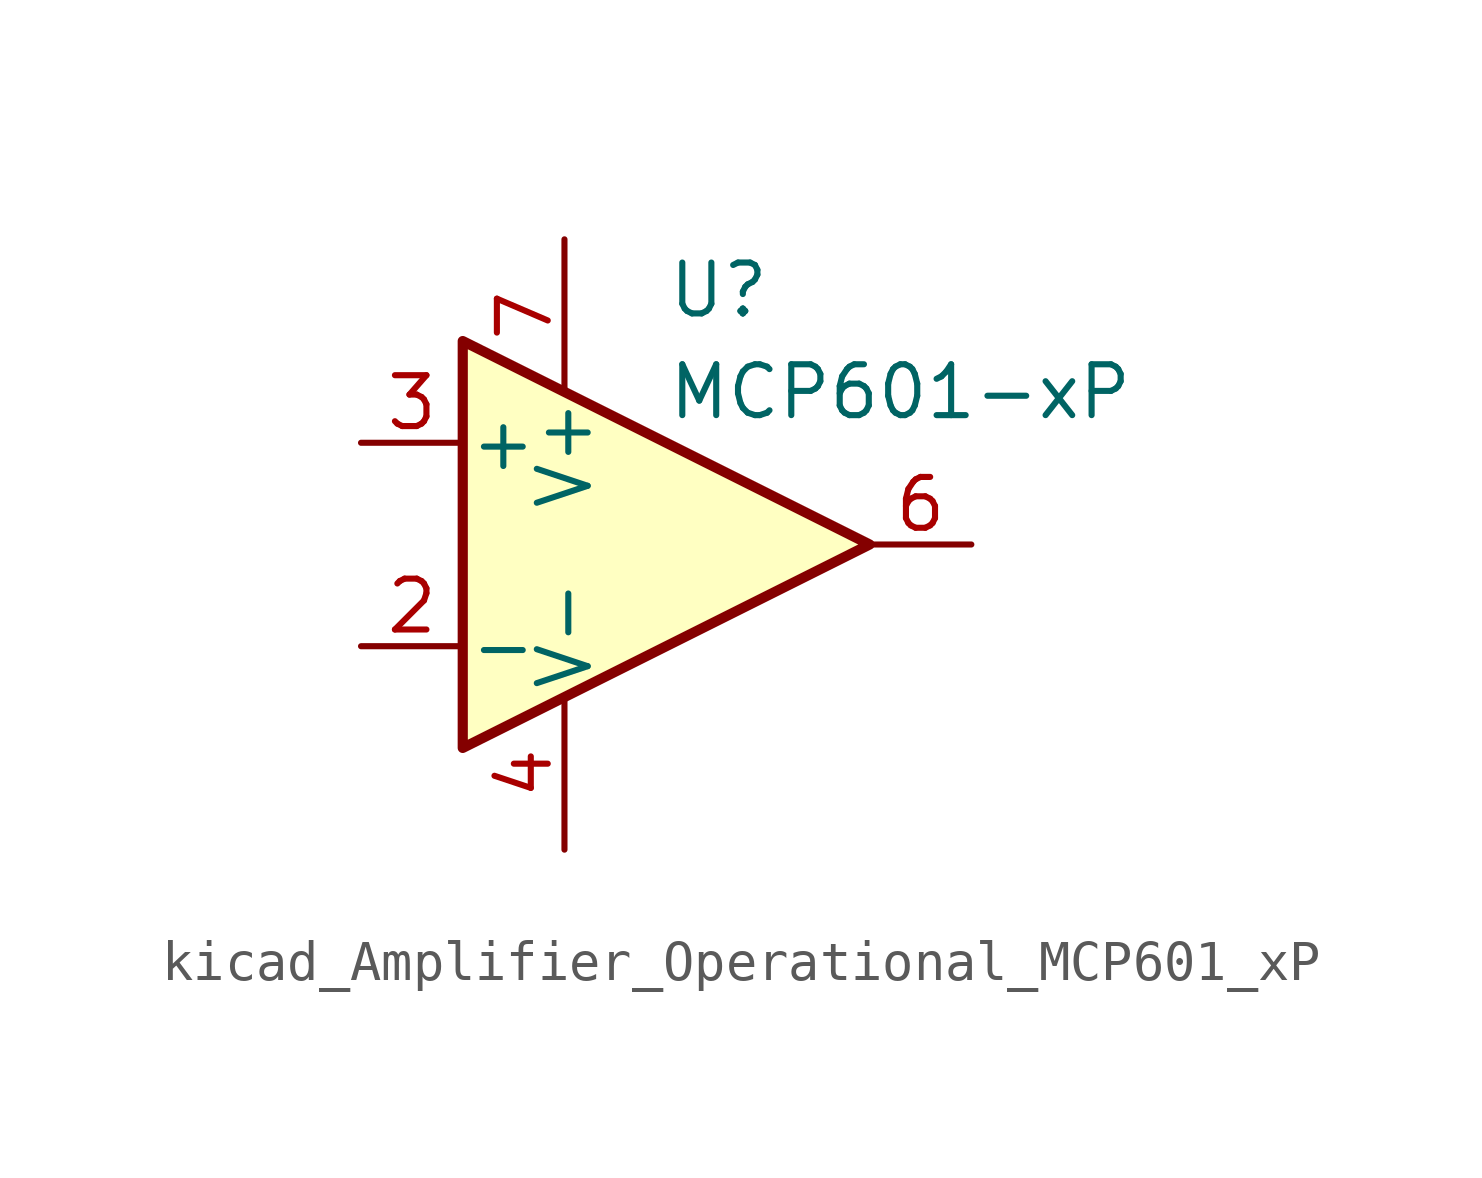
<source format=kicad_sym>
(kicad_symbol_lib
  (version 20220914)
  (generator kicad_symbol_editor)
  (symbol "kicad_Amplifier_Operational_MCP601_xP"
    (pin_names
      (offset 0.127))
    (property "Reference" "U"
      (at 0 6.35 0)
      (effects (font (size 1.27 1.27)) (justify left)))
    (property "Value" "MCP601-xP"
      (at 0 3.81 0)
      (effects (font (size 1.27 1.27)) (justify left)))
    (symbol "kicad_Amplifier_Operational_MCP601_xP_0_1"
      (polyline (pts (xy -5.08 5.08) (xy 5.08 0) (xy -5.08 -5.08) (xy -5.08 5.08)) (stroke (width 0.254) (type default)) (fill (type background))))
    (symbol "kicad_Amplifier_Operational_MCP601_xP_1_1"
      (pin no_connect line (at -5.08 -2.54 90) (length 2.54) hide (name "NC" (effects (font (size 1.27 1.27)))) (number "1" (effects (font (size 1.27 1.27)))))
      (pin input line (at -7.62 -2.54 0) (length 2.54) (name "-" (effects (font (size 1.27 1.27)))) (number "2" (effects (font (size 1.27 1.27)))))
      (pin input line (at -7.62 2.54 0) (length 2.54) (name "+" (effects (font (size 1.27 1.27)))) (number "3" (effects (font (size 1.27 1.27)))))
      (pin power_in line (at -2.54 -7.62 90) (length 3.81) (name "V-" (effects (font (size 1.27 1.27)))) (number "4" (effects (font (size 1.27 1.27)))))
      (pin no_connect line (at -2.54 -2.54 90) (length 2.54) hide (name "NC" (effects (font (size 1.27 1.27)))) (number "5" (effects (font (size 1.27 1.27)))))
      (pin output line (at 7.62 0 180) (length 2.54) (name "~" (effects (font (size 1.27 1.27)))) (number "6" (effects (font (size 1.27 1.27)))))
      (pin power_in line (at -2.54 7.62 270) (length 3.81) (name "V+" (effects (font (size 1.27 1.27)))) (number "7" (effects (font (size 1.27 1.27)))))
      (pin no_connect line (at 0 -2.54 90) (length 2.54) hide (name "NC" (effects (font (size 1.27 1.27)))) (number "8" (effects (font (size 1.27 1.27))))))))
</source>
